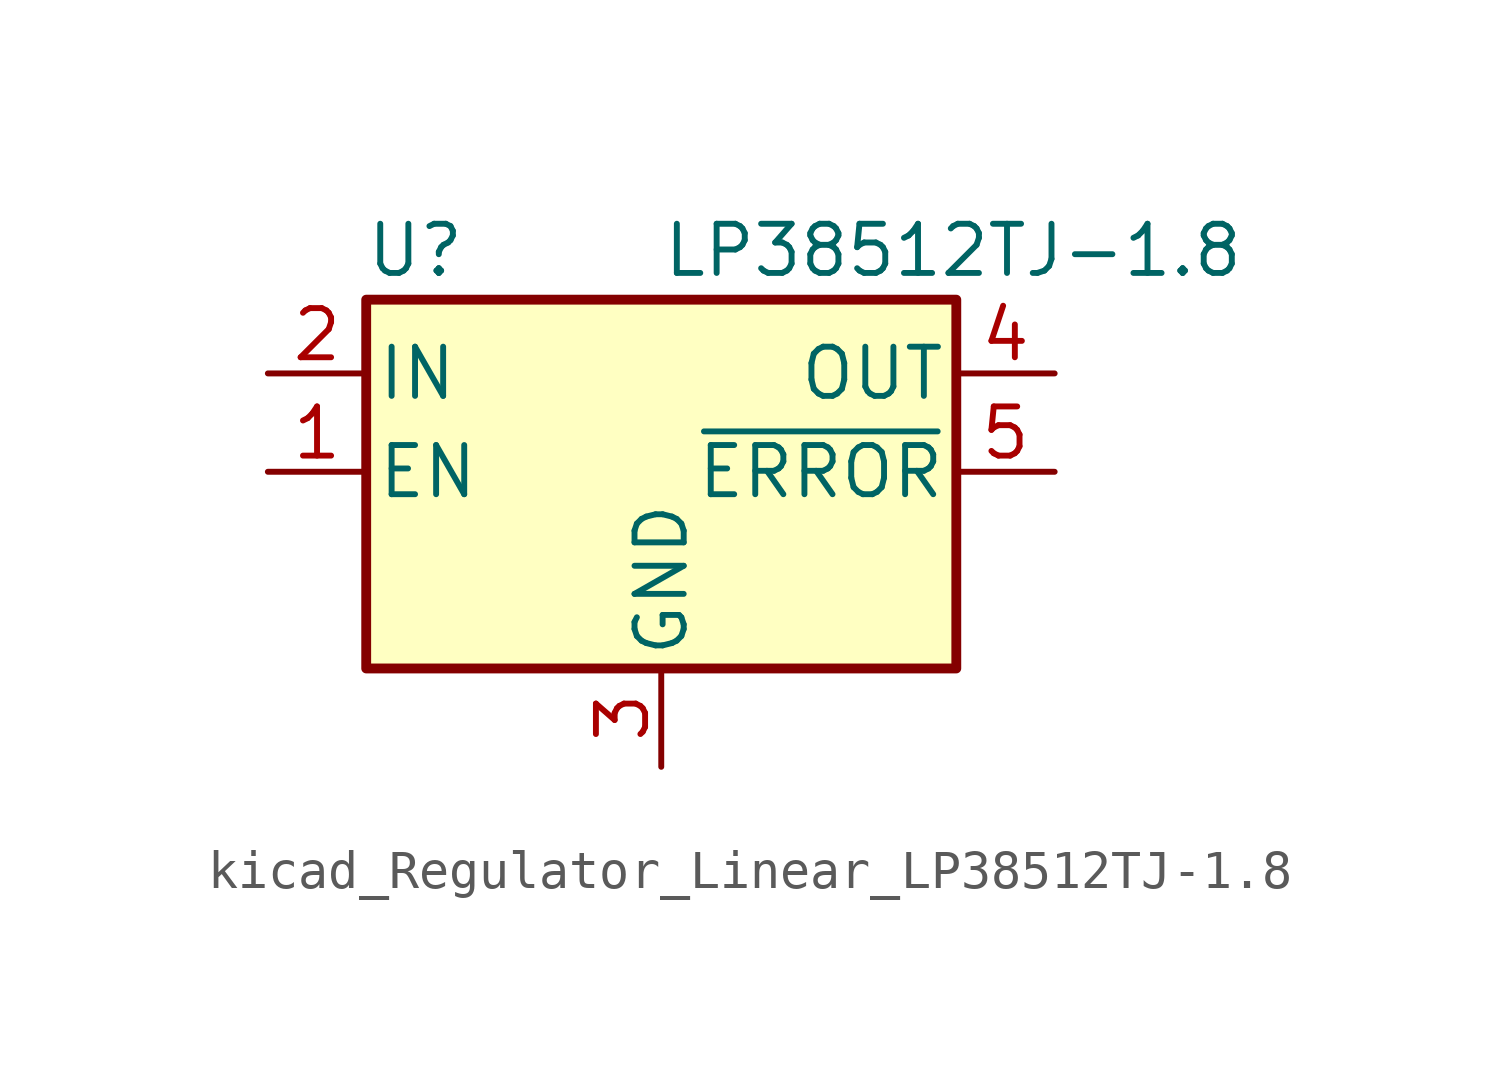
<source format=kicad_sym>
(kicad_symbol_lib
  (version 20220914)
  (generator kicad_symbol_editor)
  (symbol "kicad_Regulator_Linear_LP38512TJ-1.8"
    (pin_names
      (offset 0.254))
    (property "Reference" "U"
      (at -6.35 5.715 0)
      (effects (font (size 1.27 1.27))))
    (property "Value" "LP38512TJ-1.8"
      (at 0 5.715 0)
      (effects (font (size 1.27 1.27)) (justify left)))
    (symbol "kicad_Regulator_Linear_LP38512TJ-1.8_0_1"
      (rectangle (start -7.62 -5.08) (end 7.62 4.445) (stroke (width 0.254) (type default)) (fill (type background))))
    (symbol "kicad_Regulator_Linear_LP38512TJ-1.8_1_1"
      (pin input line (at -10.16 0 0) (length 2.54) (name "EN" (effects (font (size 1.27 1.27)))) (number "1" (effects (font (size 1.27 1.27)))))
      (pin power_in line (at -10.16 2.54 0) (length 2.54) (name "IN" (effects (font (size 1.27 1.27)))) (number "2" (effects (font (size 1.27 1.27)))))
      (pin power_in line (at 0 -7.62 90) (length 2.54) (name "GND" (effects (font (size 1.27 1.27)))) (number "3" (effects (font (size 1.27 1.27)))))
      (pin power_out line (at 10.16 2.54 180) (length 2.54) (name "OUT" (effects (font (size 1.27 1.27)))) (number "4" (effects (font (size 1.27 1.27)))))
      (pin open_collector line (at 10.16 0 180) (length 2.54) (name "~{ERROR}" (effects (font (size 1.27 1.27)))) (number "5" (effects (font (size 1.27 1.27)))))
      (pin passive line (at 0 -7.62 90) (length 2.54) hide (name "GND" (effects (font (size 1.27 1.27)))) (number "6" (effects (font (size 1.27 1.27))))))))
</source>
